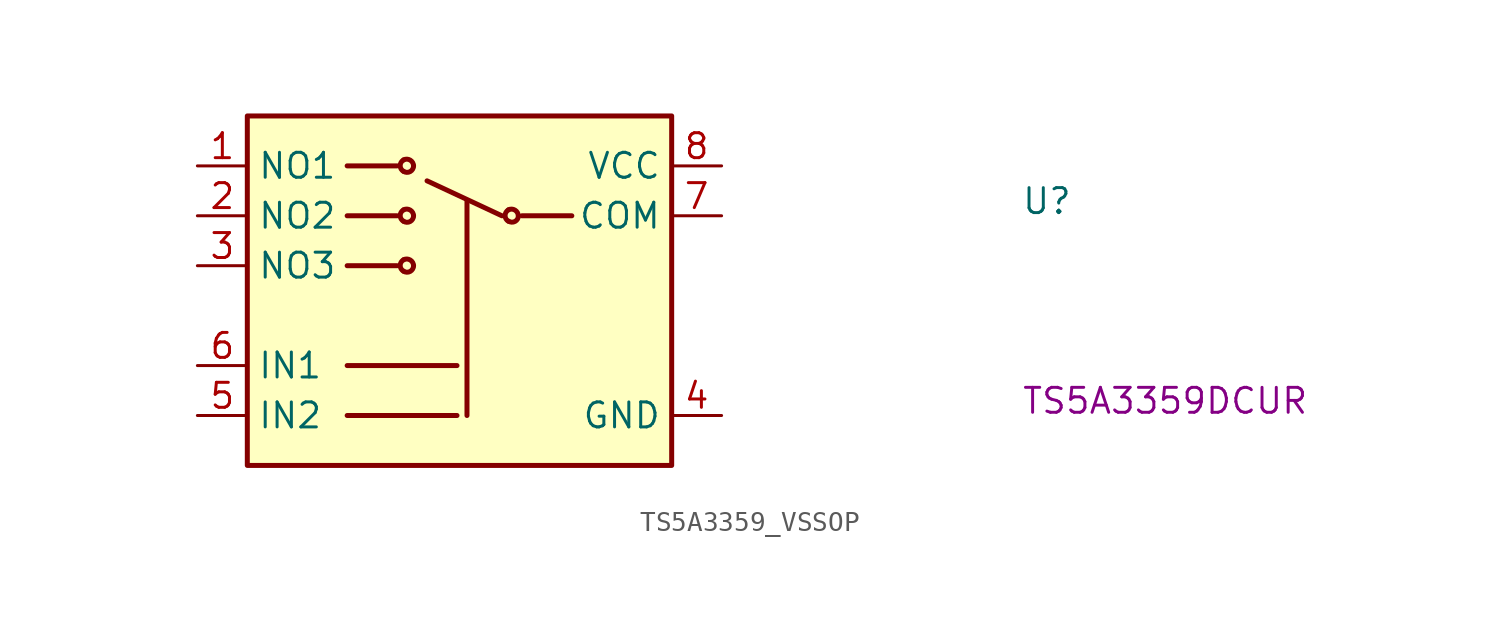
<source format=kicad_sym>
(kicad_symbol_lib
  (version 20220914)
  (generator kicad_symbol_editor)
  (symbol "TS5A3359_VSSOP"
    (property "Reference" "U"
      (at 41.91 -2.54 0)
      (effects (font (size 1.27 1.27) (thickness 0.15)) (justify left bottom)))
    (property "MPN" "TS5A3359DCUR"
      (at 41.91 -12.7 0)
      (effects (font (size 1.27 1.27) (thickness 0.15)) (justify left bottom)))
    (symbol "TS5A3359_VSSOP_1_1"
      (polyline (pts (xy 7.62 -12.7) (xy 13.208 -12.7)) (stroke (width 0.254) (type default)) (fill (type background)))
      (polyline (pts (xy 7.62 -10.16) (xy 13.208 -10.16)) (stroke (width 0.254) (type default)) (fill (type background)))
      (polyline (pts (xy 7.62 -5.08) (xy 10.16 -5.08)) (stroke (width 0.254) (type default)) (fill (type background)))
      (polyline (pts (xy 7.62 -2.54) (xy 10.16 -2.54)) (stroke (width 0.254) (type default)) (fill (type background)))
      (polyline (pts (xy 7.62 0) (xy 10.16 0)) (stroke (width 0.254) (type default)) (fill (type background)))
      (polyline (pts (xy 13.716 -1.778) (xy 13.716 -12.7)) (stroke (width 0.254) (type default)) (fill (type background)))
      (polyline (pts (xy 15.494 -2.54) (xy 11.684 -0.762)) (stroke (width 0.254) (type default)) (fill (type background)))
      (polyline (pts (xy 19.05 -2.54) (xy 16.51 -2.54)) (stroke (width 0.254) (type default)) (fill (type background)))
      (rectangle (start 2.54 2.54) (end 24.13 -15.24) (stroke (width 0.254) (type default)) (fill (type background)))
      (arc (start 10.4902 -5.3594) (mid 10.8291 -5.3717) (end 10.9982 -5.08) (stroke (width 0.254) (type default)) (fill (type background)))
      (arc (start 10.4902 -4.7752) (mid 10.3152 -5.0671) (end 10.4902 -5.3594) (stroke (width 0.254) (type default)) (fill (type background)))
      (arc (start 10.4902 -2.8194) (mid 10.8291 -2.8317) (end 10.9982 -2.54) (stroke (width 0.254) (type default)) (fill (type background)))
      (arc (start 10.4902 -2.2352) (mid 10.3152 -2.5271) (end 10.4902 -2.8194) (stroke (width 0.254) (type default)) (fill (type background)))
      (arc (start 10.4902 -0.2794) (mid 10.8291 -0.2917) (end 10.9982 0) (stroke (width 0.254) (type default)) (fill (type background)))
      (arc (start 10.4902 0.3048) (mid 10.3152 0.0129) (end 10.4902 -0.2794) (stroke (width 0.254) (type default)) (fill (type background)))
      (arc (start 10.9982 -5.08) (mid 10.8271 -4.7844) (end 10.4902 -4.7752) (stroke (width 0.254) (type default)) (fill (type background)))
      (arc (start 10.9982 -2.54) (mid 10.8271 -2.2444) (end 10.4902 -2.2352) (stroke (width 0.254) (type default)) (fill (type background)))
      (arc (start 10.9982 0) (mid 10.8271 0.2956) (end 10.4902 0.3048) (stroke (width 0.254) (type default)) (fill (type background)))
      (arc (start 15.8242 -2.8194) (mid 16.1596 -2.829) (end 16.3322 -2.54) (stroke (width 0.254) (type default)) (fill (type background)))
      (arc (start 15.8242 -2.2352) (mid 15.6466 -2.5287) (end 15.8242 -2.8194) (stroke (width 0.254) (type default)) (fill (type background)))
      (arc (start 16.3322 -2.54) (mid 16.1616 -2.2481) (end 15.8242 -2.2352) (stroke (width 0.254) (type default)) (fill (type background)))
      (pin passive line (at 0 0 0) (length 2.54) (name "NO1" (effects (font (size 1.27 1.27)))) (number "1" (effects (font (size 1.27 1.27)))))
      (pin passive line (at 0 -2.54 0) (length 2.54) (name "NO2" (effects (font (size 1.27 1.27)))) (number "2" (effects (font (size 1.27 1.27)))))
      (pin passive line (at 0 -5.08 0) (length 2.54) (name "NO3" (effects (font (size 1.27 1.27)))) (number "3" (effects (font (size 1.27 1.27)))))
      (pin passive line (at 26.67 -12.7 180) (length 2.54) (name "GND" (effects (font (size 1.27 1.27)))) (number "4" (effects (font (size 1.27 1.27)))))
      (pin passive line (at 0 -12.7 0) (length 2.54) (name "IN2" (effects (font (size 1.27 1.27)))) (number "5" (effects (font (size 1.27 1.27)))))
      (pin passive line (at 0 -10.16 0) (length 2.54) (name "IN1" (effects (font (size 1.27 1.27)))) (number "6" (effects (font (size 1.27 1.27)))))
      (pin passive line (at 26.67 -2.54 180) (length 2.54) (name "COM" (effects (font (size 1.27 1.27)))) (number "7" (effects (font (size 1.27 1.27)))))
      (pin passive line (at 26.67 0 180) (length 2.54) (name "VCC" (effects (font (size 1.27 1.27)))) (number "8" (effects (font (size 1.27 1.27))))))))
</source>
